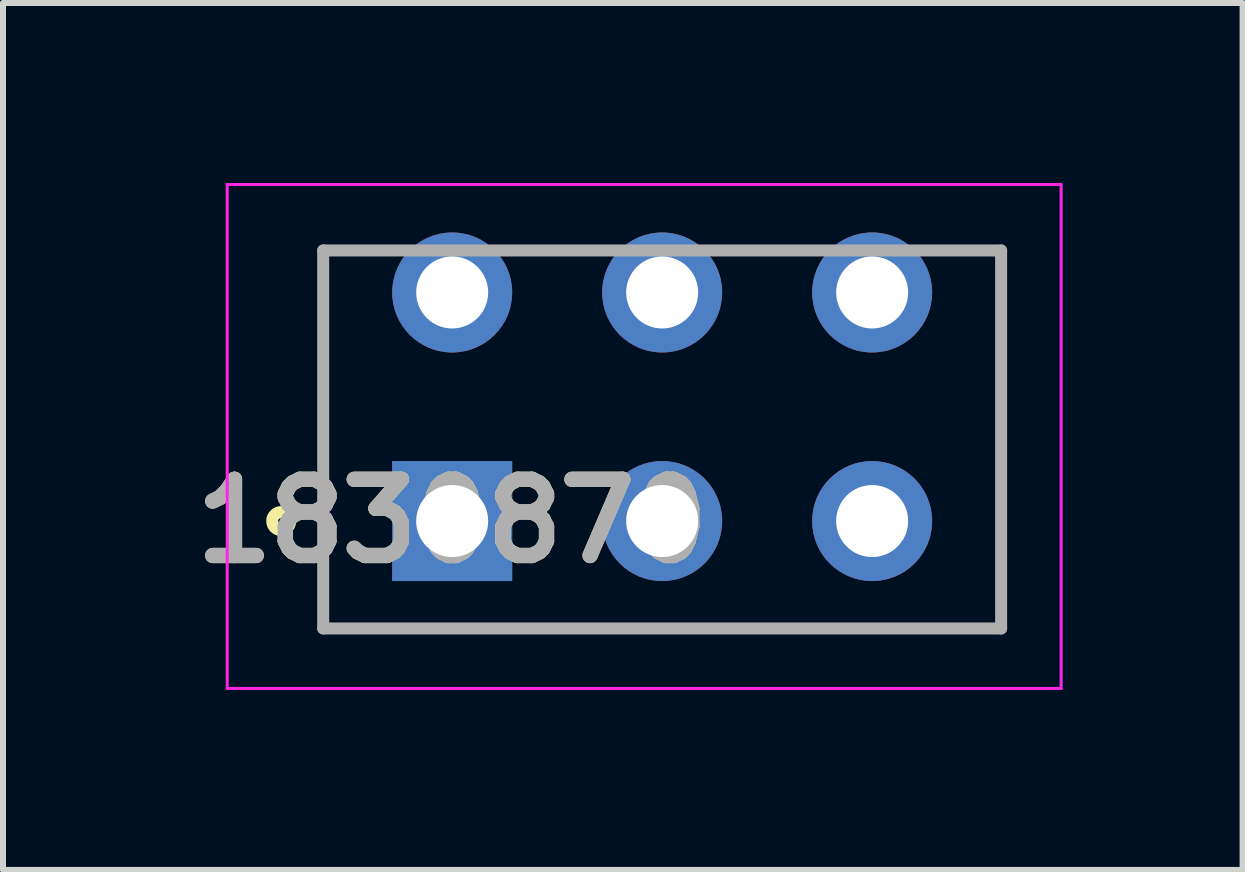
<source format=kicad_pcb>
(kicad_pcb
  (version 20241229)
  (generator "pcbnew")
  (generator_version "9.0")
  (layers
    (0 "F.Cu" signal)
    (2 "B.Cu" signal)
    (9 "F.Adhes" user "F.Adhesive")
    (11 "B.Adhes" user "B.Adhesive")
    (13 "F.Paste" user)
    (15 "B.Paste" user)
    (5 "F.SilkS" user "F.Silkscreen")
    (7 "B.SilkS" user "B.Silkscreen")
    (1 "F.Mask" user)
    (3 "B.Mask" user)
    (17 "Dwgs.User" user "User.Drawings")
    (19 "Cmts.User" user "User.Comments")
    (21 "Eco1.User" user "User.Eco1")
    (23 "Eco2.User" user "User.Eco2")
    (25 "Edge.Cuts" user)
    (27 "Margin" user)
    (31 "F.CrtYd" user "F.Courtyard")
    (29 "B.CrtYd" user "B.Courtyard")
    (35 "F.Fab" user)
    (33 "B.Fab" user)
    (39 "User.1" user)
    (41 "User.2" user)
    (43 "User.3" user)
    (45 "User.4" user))
  (footprint "1830870"
    (layer "F.Cu")
    (at 4.487 5.635)
    (property "Reference" "1830870" (at 0 0 0) (layer "F.SilkS") (effects (font (size 1.27 1.27) (thickness 0.254))))
    (attr through_hole)
    (fp_line (start -2.15 1.79) (end -2.15 -4.51) (stroke (width 0.1) (type solid)) (layer "F.SilkS"))
    (fp_line (start 9.15 -4.51) (end 9.15 1.79) (stroke (width 0.1) (type solid)) (layer "F.SilkS"))
    (fp_line (start 9.15 1.79) (end -2.15 1.79) (stroke (width 0.1) (type solid)) (layer "F.SilkS"))
    (fp_circle (center -2.85 0) (end -2.85 0.05) (stroke (width 0.2) (type solid)) (fill no) (layer "F.SilkS"))
    (fp_line (start -3.75 -5.61) (end 10.15 -5.61) (stroke (width 0.05) (type solid)) (layer "F.CrtYd"))
    (fp_line (start -3.75 2.79) (end -3.75 -5.61) (stroke (width 0.05) (type solid)) (layer "F.CrtYd"))
    (fp_line (start 10.15 -5.61) (end 10.15 2.79) (stroke (width 0.05) (type solid)) (layer "F.CrtYd"))
    (fp_line (start 10.15 2.79) (end -3.75 2.79) (stroke (width 0.05) (type solid)) (layer "F.CrtYd"))
    (fp_line (start -2.15 -4.51) (end 9.15 -4.51) (stroke (width 0.2) (type solid)) (layer "F.Fab"))
    (fp_line (start -2.15 1.79) (end -2.15 -4.51) (stroke (width 0.2) (type solid)) (layer "F.Fab"))
    (fp_line (start 9.15 -4.51) (end 9.15 1.79) (stroke (width 0.2) (type solid)) (layer "F.Fab"))
    (fp_line (start 9.15 1.79) (end -2.15 1.79) (stroke (width 0.2) (type solid)) (layer "F.Fab"))
    (fp_text user "${REFERENCE}" (at 0 0 0) (layer "F.Fab") (effects (font (size 1.27 1.27) (thickness 0.254))))
    (pad "1" thru_hole rect (at 0 0) (size 2 2) (drill 1.2) (layers "*.Cu" "*.Mask"))
    (pad "2" thru_hole circle (at 0 -3.81) (size 2 2) (drill 1.2) (layers "*.Cu" "*.Mask"))
    (pad "3" thru_hole circle (at 3.5 0) (size 2 2) (drill 1.2) (layers "*.Cu" "*.Mask"))
    (pad "4" thru_hole circle (at 3.5 -3.81) (size 2 2) (drill 1.2) (layers "*.Cu" "*.Mask"))
    (pad "5" thru_hole circle (at 7 0) (size 2 2) (drill 1.2) (layers "*.Cu" "*.Mask"))
    (pad "6" thru_hole circle (at 7 -3.81) (size 2 2) (drill 1.2) (layers "*.Cu" "*.Mask")))
  (gr_rect
    (start -3 -3)
    (end 17.662 11.45)
    (stroke (width 0.1) (type default))
    (fill no)
    (layer "Edge.Cuts")))
</source>
